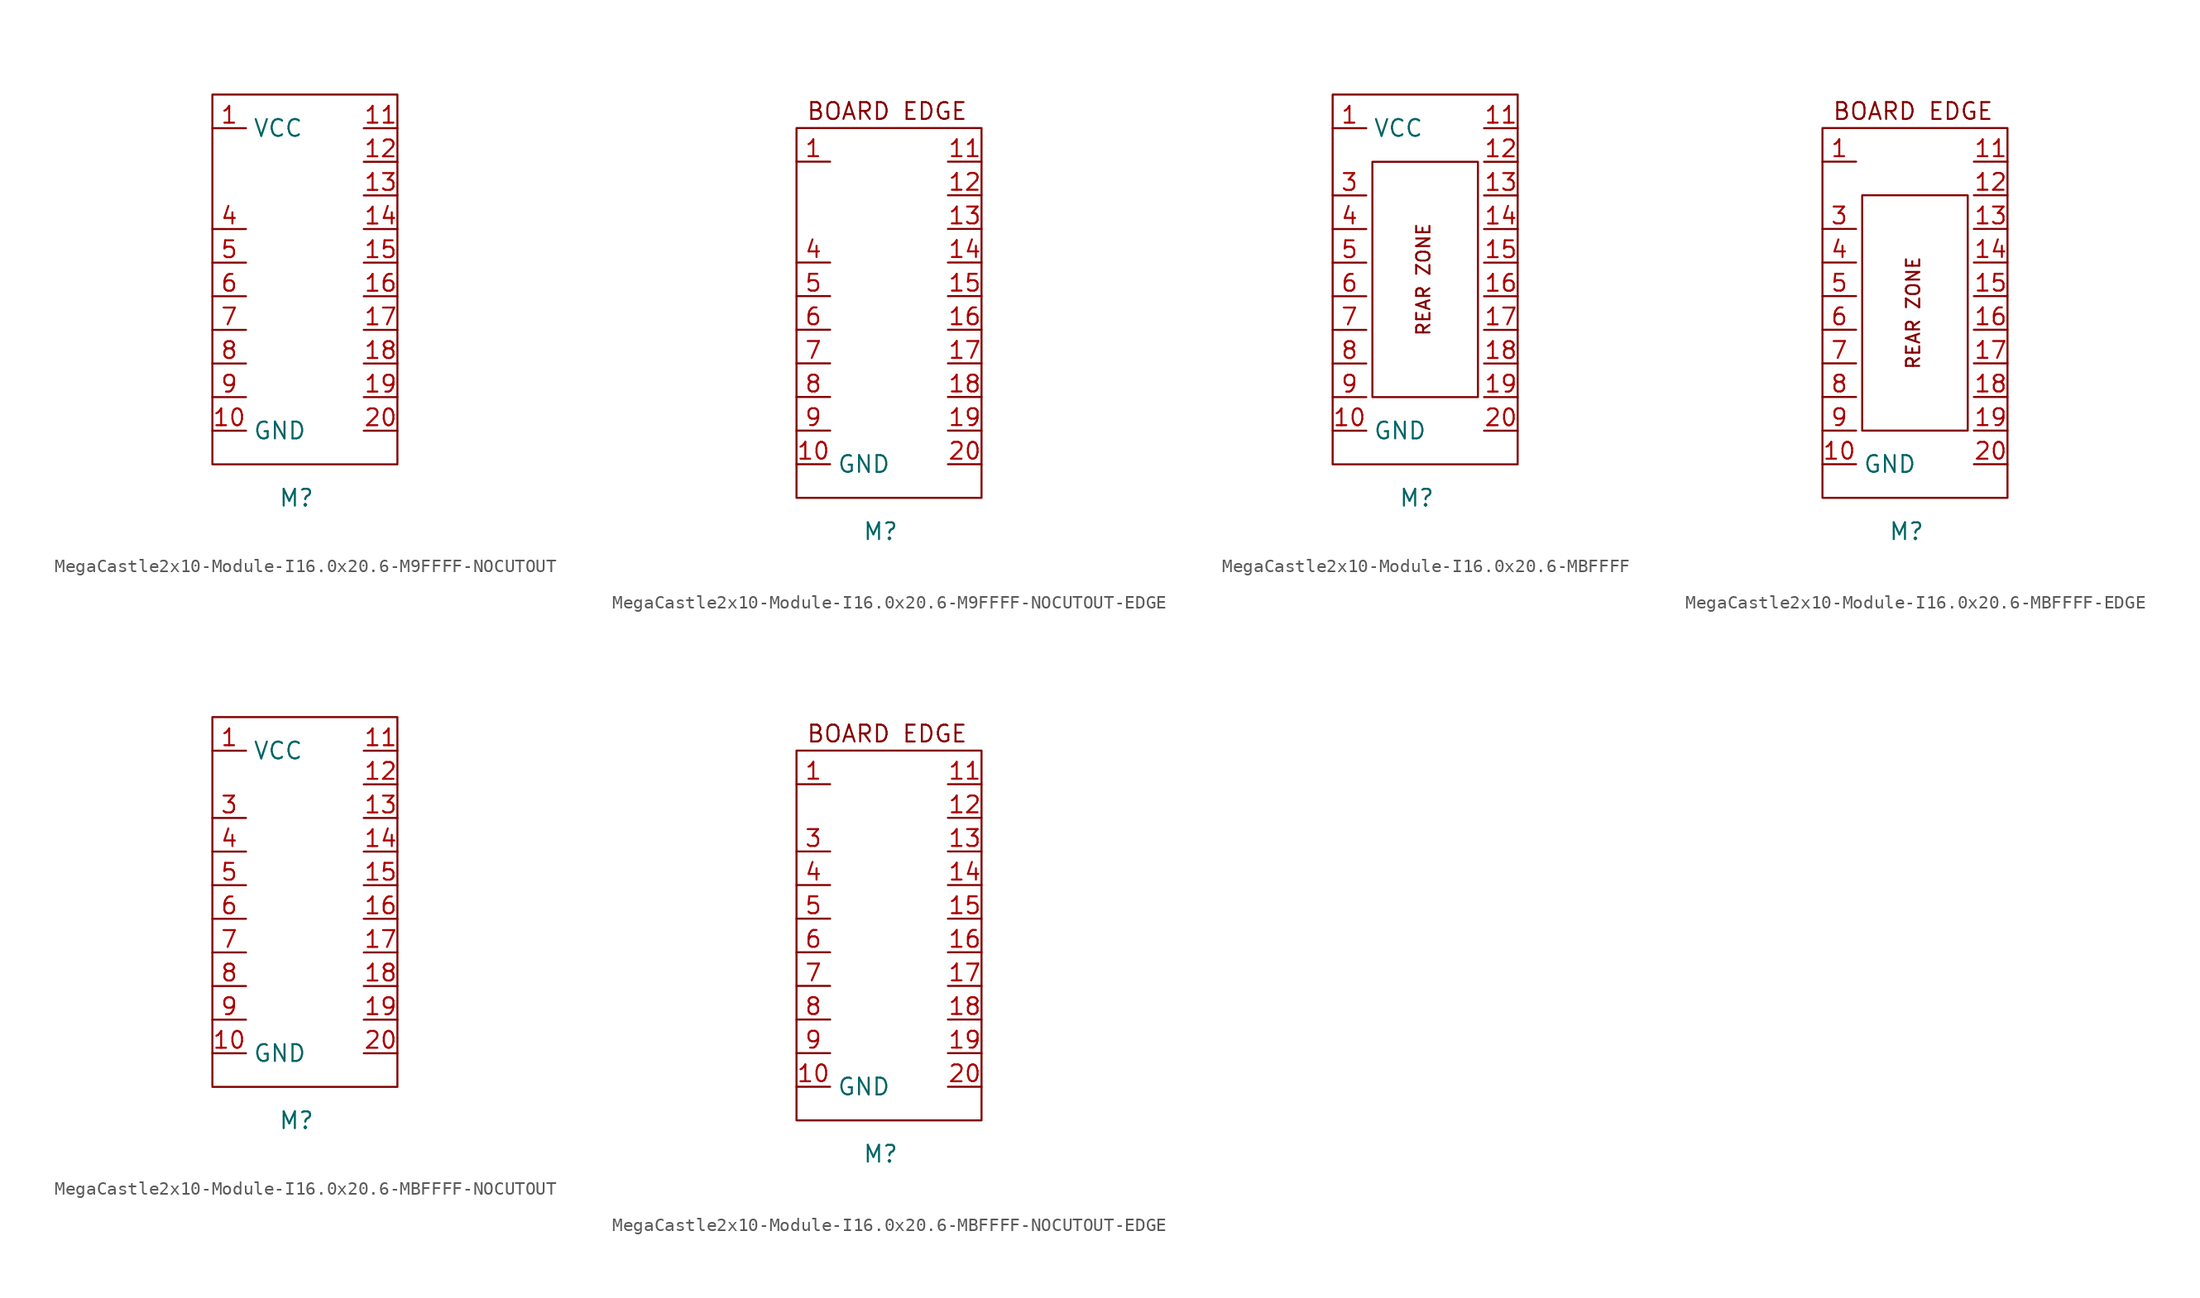
<source format=kicad_sym>
(kicad_symbol_lib
  (version 20241209)
  (generator "kicad_symbol_editor")
  (generator_version "9.0")
  (symbol "MegaCastle2x10-Module-I16.0x20.6-M9FFFF-NOCUTOUT"
    (property "Reference" "M"
      (at 0 -16.51 0)
      (effects (font (size 1.27 1.27))))
    (property "Value" ""
      (at 0 5.08 0)
      (effects (font (size 1.27 1.27))))
    (symbol "MegaCastle2x10-Module-I16.0x20.6-M9FFFF-NOCUTOUT_0_1"
      (rectangle (start -6.35 13.97) (end 7.62 -13.97) (stroke (width 0) (type default)) (fill (type none))))
    (symbol "MegaCastle2x10-Module-I16.0x20.6-M9FFFF-NOCUTOUT_1_1"
      (pin bidirectional line (at -6.35 11.43 0) (length 2.54) (name "VCC" (effects (font (size 1.27 1.27)))) (number "1" (effects (font (size 1.27 1.27)))))
      (pin bidirectional line (at -6.35 3.81 0) (length 2.54) (name "" (effects (font (size 1.27 1.27)))) (number "4" (effects (font (size 1.27 1.27)))))
      (pin bidirectional line (at -6.35 1.27 0) (length 2.54) (name "" (effects (font (size 1.27 1.27)))) (number "5" (effects (font (size 1.27 1.27)))))
      (pin bidirectional line (at -6.35 -1.27 0) (length 2.54) (name "" (effects (font (size 1.27 1.27)))) (number "6" (effects (font (size 1.27 1.27)))))
      (pin bidirectional line (at -6.35 -3.81 0) (length 2.54) (name "" (effects (font (size 1.27 1.27)))) (number "7" (effects (font (size 1.27 1.27)))))
      (pin bidirectional line (at -6.35 -6.35 0) (length 2.54) (name "" (effects (font (size 1.27 1.27)))) (number "8" (effects (font (size 1.27 1.27)))))
      (pin bidirectional line (at -6.35 -8.89 0) (length 2.54) (name "" (effects (font (size 1.27 1.27)))) (number "9" (effects (font (size 1.27 1.27)))))
      (pin bidirectional line (at -6.35 -11.43 0) (length 2.54) (name "GND" (effects (font (size 1.27 1.27)))) (number "10" (effects (font (size 1.27 1.27)))))
      (pin bidirectional line (at 7.62 11.43 180) (length 2.54) (name "" (effects (font (size 1.27 1.27)))) (number "11" (effects (font (size 1.27 1.27)))))
      (pin bidirectional line (at 7.62 8.89 180) (length 2.54) (name "" (effects (font (size 1.27 1.27)))) (number "12" (effects (font (size 1.27 1.27)))))
      (pin bidirectional line (at 7.62 6.35 180) (length 2.54) (name "" (effects (font (size 1.27 1.27)))) (number "13" (effects (font (size 1.27 1.27)))))
      (pin bidirectional line (at 7.62 3.81 180) (length 2.54) (name "" (effects (font (size 1.27 1.27)))) (number "14" (effects (font (size 1.27 1.27)))))
      (pin bidirectional line (at 7.62 1.27 180) (length 2.54) (name "" (effects (font (size 1.27 1.27)))) (number "15" (effects (font (size 1.27 1.27)))))
      (pin bidirectional line (at 7.62 -1.27 180) (length 2.54) (name "" (effects (font (size 1.27 1.27)))) (number "16" (effects (font (size 1.27 1.27)))))
      (pin bidirectional line (at 7.62 -3.81 180) (length 2.54) (name "" (effects (font (size 1.27 1.27)))) (number "17" (effects (font (size 1.27 1.27)))))
      (pin bidirectional line (at 7.62 -6.35 180) (length 2.54) (name "" (effects (font (size 1.27 1.27)))) (number "18" (effects (font (size 1.27 1.27)))))
      (pin bidirectional line (at 7.62 -8.89 180) (length 2.54) (name "" (effects (font (size 1.27 1.27)))) (number "19" (effects (font (size 1.27 1.27)))))
      (pin bidirectional line (at 7.62 -11.43 180) (length 2.54) (name "" (effects (font (size 1.27 1.27)))) (number "20" (effects (font (size 1.27 1.27)))))))
  (symbol "MegaCastle2x10-Module-I16.0x20.6-M9FFFF-NOCUTOUT-EDGE"
    (property "Reference" "M"
      (at 0 -16.51 0)
      (effects (font (size 1.27 1.27))))
    (property "Value" ""
      (at 0 5.08 0)
      (effects (font (size 1.27 1.27))))
    (symbol "MegaCastle2x10-Module-I16.0x20.6-M9FFFF-NOCUTOUT-EDGE_0_1"
      (rectangle (start -6.35 13.97) (end 7.62 -13.97) (stroke (width 0) (type default)) (fill (type none))))
    (symbol "MegaCastle2x10-Module-I16.0x20.6-M9FFFF-NOCUTOUT-EDGE_1_1"
      (text " BOARD EDGE" (at 0 15.24 0) (effects (font (size 1.27 1.27))))
      (pin bidirectional line (at -6.35 11.43 0) (length 2.54) (name "" (effects (font (size 1.27 1.27)))) (number "1" (effects (font (size 1.27 1.27)))))
      (pin bidirectional line (at -6.35 3.81 0) (length 2.54) (name "" (effects (font (size 1.27 1.27)))) (number "4" (effects (font (size 1.27 1.27)))))
      (pin bidirectional line (at -6.35 1.27 0) (length 2.54) (name "" (effects (font (size 1.27 1.27)))) (number "5" (effects (font (size 1.27 1.27)))))
      (pin bidirectional line (at -6.35 -1.27 0) (length 2.54) (name "" (effects (font (size 1.27 1.27)))) (number "6" (effects (font (size 1.27 1.27)))))
      (pin bidirectional line (at -6.35 -3.81 0) (length 2.54) (name "" (effects (font (size 1.27 1.27)))) (number "7" (effects (font (size 1.27 1.27)))))
      (pin bidirectional line (at -6.35 -6.35 0) (length 2.54) (name "" (effects (font (size 1.27 1.27)))) (number "8" (effects (font (size 1.27 1.27)))))
      (pin bidirectional line (at -6.35 -8.89 0) (length 2.54) (name "" (effects (font (size 1.27 1.27)))) (number "9" (effects (font (size 1.27 1.27)))))
      (pin bidirectional line (at -6.35 -11.43 0) (length 2.54) (name "GND" (effects (font (size 1.27 1.27)))) (number "10" (effects (font (size 1.27 1.27)))))
      (pin bidirectional line (at 7.62 11.43 180) (length 2.54) (name "" (effects (font (size 1.27 1.27)))) (number "11" (effects (font (size 1.27 1.27)))))
      (pin bidirectional line (at 7.62 8.89 180) (length 2.54) (name "" (effects (font (size 1.27 1.27)))) (number "12" (effects (font (size 1.27 1.27)))))
      (pin bidirectional line (at 7.62 6.35 180) (length 2.54) (name "" (effects (font (size 1.27 1.27)))) (number "13" (effects (font (size 1.27 1.27)))))
      (pin bidirectional line (at 7.62 3.81 180) (length 2.54) (name "" (effects (font (size 1.27 1.27)))) (number "14" (effects (font (size 1.27 1.27)))))
      (pin bidirectional line (at 7.62 1.27 180) (length 2.54) (name "" (effects (font (size 1.27 1.27)))) (number "15" (effects (font (size 1.27 1.27)))))
      (pin bidirectional line (at 7.62 -1.27 180) (length 2.54) (name "" (effects (font (size 1.27 1.27)))) (number "16" (effects (font (size 1.27 1.27)))))
      (pin bidirectional line (at 7.62 -3.81 180) (length 2.54) (name "" (effects (font (size 1.27 1.27)))) (number "17" (effects (font (size 1.27 1.27)))))
      (pin bidirectional line (at 7.62 -6.35 180) (length 2.54) (name "" (effects (font (size 1.27 1.27)))) (number "18" (effects (font (size 1.27 1.27)))))
      (pin bidirectional line (at 7.62 -8.89 180) (length 2.54) (name "" (effects (font (size 1.27 1.27)))) (number "19" (effects (font (size 1.27 1.27)))))
      (pin bidirectional line (at 7.62 -11.43 180) (length 2.54) (name "" (effects (font (size 1.27 1.27)))) (number "20" (effects (font (size 1.27 1.27)))))))
  (symbol "MegaCastle2x10-Module-I16.0x20.6-MBFFFF"
    (property "Reference" "M"
      (at 0 -16.51 0)
      (effects (font (size 1.27 1.27))))
    (property "Value" ""
      (at 0 5.08 0)
      (effects (font (size 1.27 1.27))))
    (symbol "MegaCastle2x10-Module-I16.0x20.6-MBFFFF_0_1"
      (rectangle (start -6.35 13.97) (end 7.62 -13.97) (stroke (width 0) (type default)) (fill (type none)))
      (rectangle (start -3.35 8.89) (end 4.62 -8.89) (stroke (width 0) (type default)) (fill (type none))))
    (symbol "MegaCastle2x10-Module-I16.0x20.6-MBFFFF_1_1"
      (text "REAR ZONE" (at 0.5 0 900) (effects (font (size 1 1))))
      (pin bidirectional line (at -6.35 11.43 0) (length 2.54) (name "VCC" (effects (font (size 1.27 1.27)))) (number "1" (effects (font (size 1.27 1.27)))))
      (pin bidirectional line (at -6.35 6.35 0) (length 2.54) (name "" (effects (font (size 1.27 1.27)))) (number "3" (effects (font (size 1.27 1.27)))))
      (pin bidirectional line (at -6.35 3.81 0) (length 2.54) (name "" (effects (font (size 1.27 1.27)))) (number "4" (effects (font (size 1.27 1.27)))))
      (pin bidirectional line (at -6.35 1.27 0) (length 2.54) (name "" (effects (font (size 1.27 1.27)))) (number "5" (effects (font (size 1.27 1.27)))))
      (pin bidirectional line (at -6.35 -1.27 0) (length 2.54) (name "" (effects (font (size 1.27 1.27)))) (number "6" (effects (font (size 1.27 1.27)))))
      (pin bidirectional line (at -6.35 -3.81 0) (length 2.54) (name "" (effects (font (size 1.27 1.27)))) (number "7" (effects (font (size 1.27 1.27)))))
      (pin bidirectional line (at -6.35 -6.35 0) (length 2.54) (name "" (effects (font (size 1.27 1.27)))) (number "8" (effects (font (size 1.27 1.27)))))
      (pin bidirectional line (at -6.35 -8.89 0) (length 2.54) (name "" (effects (font (size 1.27 1.27)))) (number "9" (effects (font (size 1.27 1.27)))))
      (pin bidirectional line (at -6.35 -11.43 0) (length 2.54) (name "GND" (effects (font (size 1.27 1.27)))) (number "10" (effects (font (size 1.27 1.27)))))
      (pin bidirectional line (at 7.62 11.43 180) (length 2.54) (name "" (effects (font (size 1.27 1.27)))) (number "11" (effects (font (size 1.27 1.27)))))
      (pin bidirectional line (at 7.62 8.89 180) (length 2.54) (name "" (effects (font (size 1.27 1.27)))) (number "12" (effects (font (size 1.27 1.27)))))
      (pin bidirectional line (at 7.62 6.35 180) (length 2.54) (name "" (effects (font (size 1.27 1.27)))) (number "13" (effects (font (size 1.27 1.27)))))
      (pin bidirectional line (at 7.62 3.81 180) (length 2.54) (name "" (effects (font (size 1.27 1.27)))) (number "14" (effects (font (size 1.27 1.27)))))
      (pin bidirectional line (at 7.62 1.27 180) (length 2.54) (name "" (effects (font (size 1.27 1.27)))) (number "15" (effects (font (size 1.27 1.27)))))
      (pin bidirectional line (at 7.62 -1.27 180) (length 2.54) (name "" (effects (font (size 1.27 1.27)))) (number "16" (effects (font (size 1.27 1.27)))))
      (pin bidirectional line (at 7.62 -3.81 180) (length 2.54) (name "" (effects (font (size 1.27 1.27)))) (number "17" (effects (font (size 1.27 1.27)))))
      (pin bidirectional line (at 7.62 -6.35 180) (length 2.54) (name "" (effects (font (size 1.27 1.27)))) (number "18" (effects (font (size 1.27 1.27)))))
      (pin bidirectional line (at 7.62 -8.89 180) (length 2.54) (name "" (effects (font (size 1.27 1.27)))) (number "19" (effects (font (size 1.27 1.27)))))
      (pin bidirectional line (at 7.62 -11.43 180) (length 2.54) (name "" (effects (font (size 1.27 1.27)))) (number "20" (effects (font (size 1.27 1.27)))))))
  (symbol "MegaCastle2x10-Module-I16.0x20.6-MBFFFF-EDGE"
    (property "Reference" "M"
      (at 0 -16.51 0)
      (effects (font (size 1.27 1.27))))
    (property "Value" ""
      (at 0 5.08 0)
      (effects (font (size 1.27 1.27))))
    (symbol "MegaCastle2x10-Module-I16.0x20.6-MBFFFF-EDGE_0_1"
      (rectangle (start -6.35 13.97) (end 7.62 -13.97) (stroke (width 0) (type default)) (fill (type none)))
      (rectangle (start -3.35 8.89) (end 4.62 -8.89) (stroke (width 0) (type default)) (fill (type none))))
    (symbol "MegaCastle2x10-Module-I16.0x20.6-MBFFFF-EDGE_1_1"
      (text " BOARD EDGE" (at 0 15.24 0) (effects (font (size 1.27 1.27))))
      (text "REAR ZONE" (at 0.5 0 900) (effects (font (size 1 1))))
      (pin bidirectional line (at -6.35 11.43 0) (length 2.54) (name "" (effects (font (size 1.27 1.27)))) (number "1" (effects (font (size 1.27 1.27)))))
      (pin bidirectional line (at -6.35 6.35 0) (length 2.54) (name "" (effects (font (size 1.27 1.27)))) (number "3" (effects (font (size 1.27 1.27)))))
      (pin bidirectional line (at -6.35 3.81 0) (length 2.54) (name "" (effects (font (size 1.27 1.27)))) (number "4" (effects (font (size 1.27 1.27)))))
      (pin bidirectional line (at -6.35 1.27 0) (length 2.54) (name "" (effects (font (size 1.27 1.27)))) (number "5" (effects (font (size 1.27 1.27)))))
      (pin bidirectional line (at -6.35 -1.27 0) (length 2.54) (name "" (effects (font (size 1.27 1.27)))) (number "6" (effects (font (size 1.27 1.27)))))
      (pin bidirectional line (at -6.35 -3.81 0) (length 2.54) (name "" (effects (font (size 1.27 1.27)))) (number "7" (effects (font (size 1.27 1.27)))))
      (pin bidirectional line (at -6.35 -6.35 0) (length 2.54) (name "" (effects (font (size 1.27 1.27)))) (number "8" (effects (font (size 1.27 1.27)))))
      (pin bidirectional line (at -6.35 -8.89 0) (length 2.54) (name "" (effects (font (size 1.27 1.27)))) (number "9" (effects (font (size 1.27 1.27)))))
      (pin bidirectional line (at -6.35 -11.43 0) (length 2.54) (name "GND" (effects (font (size 1.27 1.27)))) (number "10" (effects (font (size 1.27 1.27)))))
      (pin bidirectional line (at 7.62 11.43 180) (length 2.54) (name "" (effects (font (size 1.27 1.27)))) (number "11" (effects (font (size 1.27 1.27)))))
      (pin bidirectional line (at 7.62 8.89 180) (length 2.54) (name "" (effects (font (size 1.27 1.27)))) (number "12" (effects (font (size 1.27 1.27)))))
      (pin bidirectional line (at 7.62 6.35 180) (length 2.54) (name "" (effects (font (size 1.27 1.27)))) (number "13" (effects (font (size 1.27 1.27)))))
      (pin bidirectional line (at 7.62 3.81 180) (length 2.54) (name "" (effects (font (size 1.27 1.27)))) (number "14" (effects (font (size 1.27 1.27)))))
      (pin bidirectional line (at 7.62 1.27 180) (length 2.54) (name "" (effects (font (size 1.27 1.27)))) (number "15" (effects (font (size 1.27 1.27)))))
      (pin bidirectional line (at 7.62 -1.27 180) (length 2.54) (name "" (effects (font (size 1.27 1.27)))) (number "16" (effects (font (size 1.27 1.27)))))
      (pin bidirectional line (at 7.62 -3.81 180) (length 2.54) (name "" (effects (font (size 1.27 1.27)))) (number "17" (effects (font (size 1.27 1.27)))))
      (pin bidirectional line (at 7.62 -6.35 180) (length 2.54) (name "" (effects (font (size 1.27 1.27)))) (number "18" (effects (font (size 1.27 1.27)))))
      (pin bidirectional line (at 7.62 -8.89 180) (length 2.54) (name "" (effects (font (size 1.27 1.27)))) (number "19" (effects (font (size 1.27 1.27)))))
      (pin bidirectional line (at 7.62 -11.43 180) (length 2.54) (name "" (effects (font (size 1.27 1.27)))) (number "20" (effects (font (size 1.27 1.27)))))))
  (symbol "MegaCastle2x10-Module-I16.0x20.6-MBFFFF-NOCUTOUT"
    (property "Reference" "M"
      (at 0 -16.51 0)
      (effects (font (size 1.27 1.27))))
    (property "Value" ""
      (at 0 5.08 0)
      (effects (font (size 1.27 1.27))))
    (symbol "MegaCastle2x10-Module-I16.0x20.6-MBFFFF-NOCUTOUT_0_1"
      (rectangle (start -6.35 13.97) (end 7.62 -13.97) (stroke (width 0) (type default)) (fill (type none))))
    (symbol "MegaCastle2x10-Module-I16.0x20.6-MBFFFF-NOCUTOUT_1_1"
      (pin bidirectional line (at -6.35 11.43 0) (length 2.54) (name "VCC" (effects (font (size 1.27 1.27)))) (number "1" (effects (font (size 1.27 1.27)))))
      (pin bidirectional line (at -6.35 6.35 0) (length 2.54) (name "" (effects (font (size 1.27 1.27)))) (number "3" (effects (font (size 1.27 1.27)))))
      (pin bidirectional line (at -6.35 3.81 0) (length 2.54) (name "" (effects (font (size 1.27 1.27)))) (number "4" (effects (font (size 1.27 1.27)))))
      (pin bidirectional line (at -6.35 1.27 0) (length 2.54) (name "" (effects (font (size 1.27 1.27)))) (number "5" (effects (font (size 1.27 1.27)))))
      (pin bidirectional line (at -6.35 -1.27 0) (length 2.54) (name "" (effects (font (size 1.27 1.27)))) (number "6" (effects (font (size 1.27 1.27)))))
      (pin bidirectional line (at -6.35 -3.81 0) (length 2.54) (name "" (effects (font (size 1.27 1.27)))) (number "7" (effects (font (size 1.27 1.27)))))
      (pin bidirectional line (at -6.35 -6.35 0) (length 2.54) (name "" (effects (font (size 1.27 1.27)))) (number "8" (effects (font (size 1.27 1.27)))))
      (pin bidirectional line (at -6.35 -8.89 0) (length 2.54) (name "" (effects (font (size 1.27 1.27)))) (number "9" (effects (font (size 1.27 1.27)))))
      (pin bidirectional line (at -6.35 -11.43 0) (length 2.54) (name "GND" (effects (font (size 1.27 1.27)))) (number "10" (effects (font (size 1.27 1.27)))))
      (pin bidirectional line (at 7.62 11.43 180) (length 2.54) (name "" (effects (font (size 1.27 1.27)))) (number "11" (effects (font (size 1.27 1.27)))))
      (pin bidirectional line (at 7.62 8.89 180) (length 2.54) (name "" (effects (font (size 1.27 1.27)))) (number "12" (effects (font (size 1.27 1.27)))))
      (pin bidirectional line (at 7.62 6.35 180) (length 2.54) (name "" (effects (font (size 1.27 1.27)))) (number "13" (effects (font (size 1.27 1.27)))))
      (pin bidirectional line (at 7.62 3.81 180) (length 2.54) (name "" (effects (font (size 1.27 1.27)))) (number "14" (effects (font (size 1.27 1.27)))))
      (pin bidirectional line (at 7.62 1.27 180) (length 2.54) (name "" (effects (font (size 1.27 1.27)))) (number "15" (effects (font (size 1.27 1.27)))))
      (pin bidirectional line (at 7.62 -1.27 180) (length 2.54) (name "" (effects (font (size 1.27 1.27)))) (number "16" (effects (font (size 1.27 1.27)))))
      (pin bidirectional line (at 7.62 -3.81 180) (length 2.54) (name "" (effects (font (size 1.27 1.27)))) (number "17" (effects (font (size 1.27 1.27)))))
      (pin bidirectional line (at 7.62 -6.35 180) (length 2.54) (name "" (effects (font (size 1.27 1.27)))) (number "18" (effects (font (size 1.27 1.27)))))
      (pin bidirectional line (at 7.62 -8.89 180) (length 2.54) (name "" (effects (font (size 1.27 1.27)))) (number "19" (effects (font (size 1.27 1.27)))))
      (pin bidirectional line (at 7.62 -11.43 180) (length 2.54) (name "" (effects (font (size 1.27 1.27)))) (number "20" (effects (font (size 1.27 1.27)))))))
  (symbol "MegaCastle2x10-Module-I16.0x20.6-MBFFFF-NOCUTOUT-EDGE"
    (property "Reference" "M"
      (at 0 -16.51 0)
      (effects (font (size 1.27 1.27))))
    (property "Value" ""
      (at 0 5.08 0)
      (effects (font (size 1.27 1.27))))
    (symbol "MegaCastle2x10-Module-I16.0x20.6-MBFFFF-NOCUTOUT-EDGE_0_1"
      (rectangle (start -6.35 13.97) (end 7.62 -13.97) (stroke (width 0) (type default)) (fill (type none))))
    (symbol "MegaCastle2x10-Module-I16.0x20.6-MBFFFF-NOCUTOUT-EDGE_1_1"
      (text " BOARD EDGE" (at 0 15.24 0) (effects (font (size 1.27 1.27))))
      (pin bidirectional line (at -6.35 11.43 0) (length 2.54) (name "" (effects (font (size 1.27 1.27)))) (number "1" (effects (font (size 1.27 1.27)))))
      (pin bidirectional line (at -6.35 6.35 0) (length 2.54) (name "" (effects (font (size 1.27 1.27)))) (number "3" (effects (font (size 1.27 1.27)))))
      (pin bidirectional line (at -6.35 3.81 0) (length 2.54) (name "" (effects (font (size 1.27 1.27)))) (number "4" (effects (font (size 1.27 1.27)))))
      (pin bidirectional line (at -6.35 1.27 0) (length 2.54) (name "" (effects (font (size 1.27 1.27)))) (number "5" (effects (font (size 1.27 1.27)))))
      (pin bidirectional line (at -6.35 -1.27 0) (length 2.54) (name "" (effects (font (size 1.27 1.27)))) (number "6" (effects (font (size 1.27 1.27)))))
      (pin bidirectional line (at -6.35 -3.81 0) (length 2.54) (name "" (effects (font (size 1.27 1.27)))) (number "7" (effects (font (size 1.27 1.27)))))
      (pin bidirectional line (at -6.35 -6.35 0) (length 2.54) (name "" (effects (font (size 1.27 1.27)))) (number "8" (effects (font (size 1.27 1.27)))))
      (pin bidirectional line (at -6.35 -8.89 0) (length 2.54) (name "" (effects (font (size 1.27 1.27)))) (number "9" (effects (font (size 1.27 1.27)))))
      (pin bidirectional line (at -6.35 -11.43 0) (length 2.54) (name "GND" (effects (font (size 1.27 1.27)))) (number "10" (effects (font (size 1.27 1.27)))))
      (pin bidirectional line (at 7.62 11.43 180) (length 2.54) (name "" (effects (font (size 1.27 1.27)))) (number "11" (effects (font (size 1.27 1.27)))))
      (pin bidirectional line (at 7.62 8.89 180) (length 2.54) (name "" (effects (font (size 1.27 1.27)))) (number "12" (effects (font (size 1.27 1.27)))))
      (pin bidirectional line (at 7.62 6.35 180) (length 2.54) (name "" (effects (font (size 1.27 1.27)))) (number "13" (effects (font (size 1.27 1.27)))))
      (pin bidirectional line (at 7.62 3.81 180) (length 2.54) (name "" (effects (font (size 1.27 1.27)))) (number "14" (effects (font (size 1.27 1.27)))))
      (pin bidirectional line (at 7.62 1.27 180) (length 2.54) (name "" (effects (font (size 1.27 1.27)))) (number "15" (effects (font (size 1.27 1.27)))))
      (pin bidirectional line (at 7.62 -1.27 180) (length 2.54) (name "" (effects (font (size 1.27 1.27)))) (number "16" (effects (font (size 1.27 1.27)))))
      (pin bidirectional line (at 7.62 -3.81 180) (length 2.54) (name "" (effects (font (size 1.27 1.27)))) (number "17" (effects (font (size 1.27 1.27)))))
      (pin bidirectional line (at 7.62 -6.35 180) (length 2.54) (name "" (effects (font (size 1.27 1.27)))) (number "18" (effects (font (size 1.27 1.27)))))
      (pin bidirectional line (at 7.62 -8.89 180) (length 2.54) (name "" (effects (font (size 1.27 1.27)))) (number "19" (effects (font (size 1.27 1.27)))))
      (pin bidirectional line (at 7.62 -11.43 180) (length 2.54) (name "" (effects (font (size 1.27 1.27)))) (number "20" (effects (font (size 1.27 1.27))))))))
</source>
